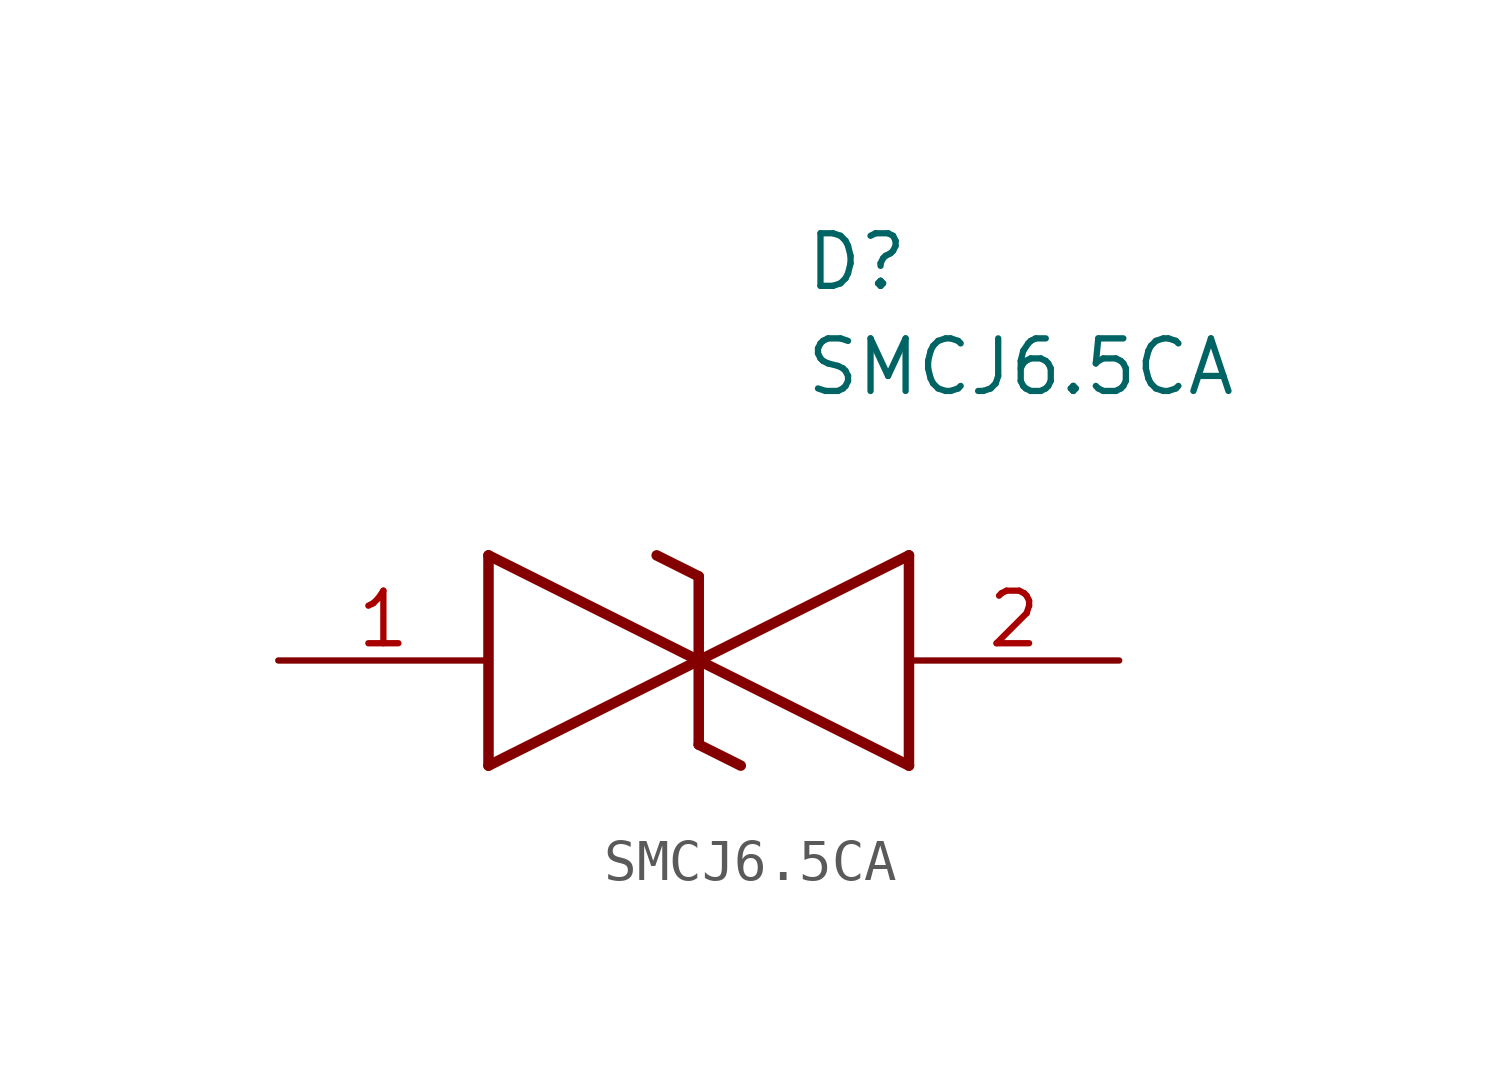
<source format=kicad_sym>
(kicad_symbol_lib
  (version 20211014)
  (generator SamacSys_ECAD_Model)
  (symbol "SMCJ6.5CA"
    (pin_names hide)
    (property "Reference" "D"
      (at 12.7 8.89 0)
      (effects (font (size 1.27 1.27)) (justify left bottom)))
    (property "Value" "SMCJ6.5CA"
      (at 12.7 6.35 0)
      (effects (font (size 1.27 1.27)) (justify left bottom)))
    (polyline
      (pts (xy 10.16 0) (xy 5.08 -2.54))
      (stroke (width 0.254) (type default))
      (fill (type none)))
    (polyline
      (pts (xy 5.08 2.54) (xy 5.08 -2.54))
      (stroke (width 0.254) (type default))
      (fill (type none)))
    (polyline
      (pts (xy 5.08 2.54) (xy 10.16 0))
      (stroke (width 0.254) (type default))
      (fill (type none)))
    (polyline
      (pts (xy 10.16 0) (xy 15.24 -2.54))
      (stroke (width 0.254) (type default))
      (fill (type none)))
    (polyline
      (pts (xy 15.24 2.54) (xy 15.24 -2.54))
      (stroke (width 0.254) (type default))
      (fill (type none)))
    (polyline
      (pts (xy 15.24 2.54) (xy 10.16 0))
      (stroke (width 0.254) (type default))
      (fill (type none)))
    (polyline
      (pts (xy 10.16 -2.032) (xy 10.16 2.032))
      (stroke (width 0.254) (type default))
      (fill (type none)))
    (polyline
      (pts (xy 9.144 2.54) (xy 10.16 2.032))
      (stroke (width 0.254) (type default))
      (fill (type none)))
    (polyline
      (pts (xy 10.16 -2.032) (xy 11.176 -2.54))
      (stroke (width 0.254) (type default))
      (fill (type none)))
    (pin passive line
      (at 0 0 0)
      (length 5.08)
      (name "1" (effects (font (size 1.27 1.27))))
      (number "1" (effects (font (size 1.27 1.27)))))
    (pin passive line
      (at 20.32 0 180)
      (length 5.08)
      (name "2" (effects (font (size 1.27 1.27))))
      (number "2" (effects (font (size 1.27 1.27)))))))
</source>
